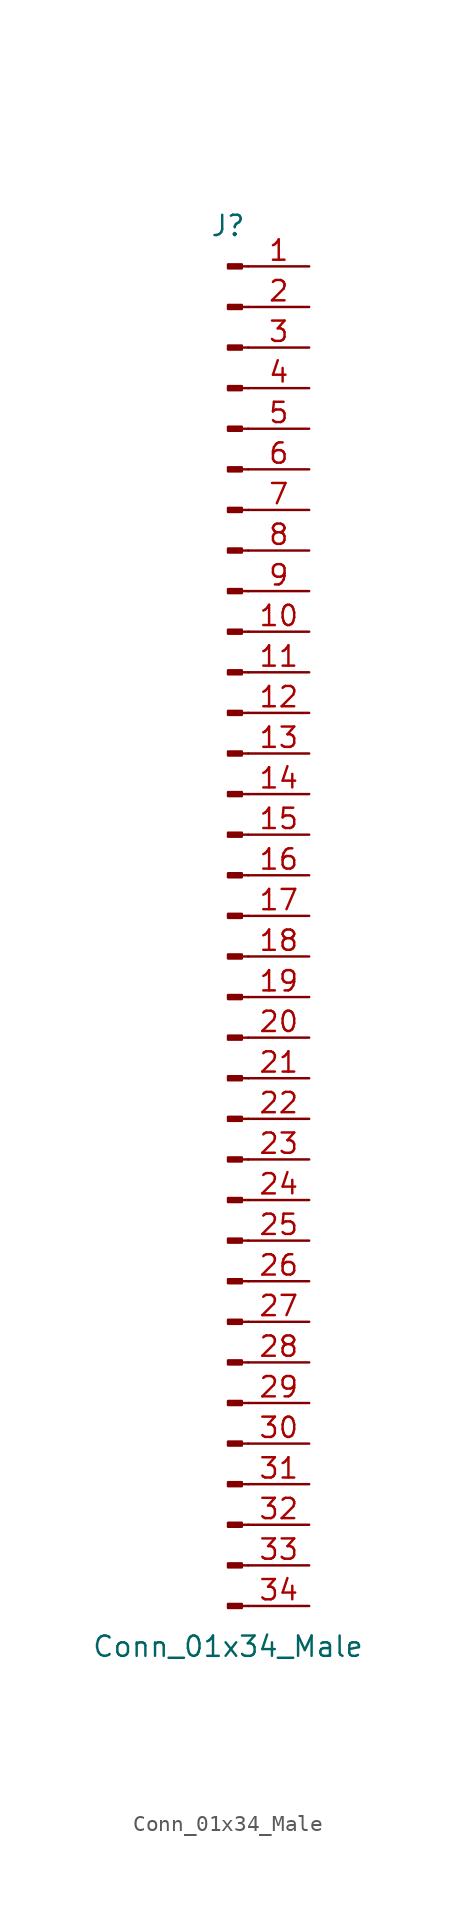
<source format=kicad_sym>
(kicad_symbol_lib
  (version 20211014)
  (generator kicad_symbol_editor)
  (symbol "Conn_01x34_Male"
    (pin_names
      (offset 1.016) hide)
    (property "Reference" "J"
      (at 0 43.18 0)
      (effects (font (size 1.27 1.27))))
    (property "Value" "Conn_01x34_Male"
      (at 0 -45.72 0)
      (effects (font (size 1.27 1.27))))
    (symbol "Conn_01x34_Male_1_1"
      (polyline (pts (xy 1.27 -43.18) (xy 0.864 -43.18)) (stroke (width 0.152) (type default) (color 0 0 0 0)) (fill (type none)))
      (polyline (pts (xy 1.27 -40.64) (xy 0.864 -40.64)) (stroke (width 0.152) (type default) (color 0 0 0 0)) (fill (type none)))
      (polyline (pts (xy 1.27 -38.1) (xy 0.864 -38.1)) (stroke (width 0.152) (type default) (color 0 0 0 0)) (fill (type none)))
      (polyline (pts (xy 1.27 -35.56) (xy 0.864 -35.56)) (stroke (width 0.152) (type default) (color 0 0 0 0)) (fill (type none)))
      (polyline (pts (xy 1.27 -33.02) (xy 0.864 -33.02)) (stroke (width 0.152) (type default) (color 0 0 0 0)) (fill (type none)))
      (polyline (pts (xy 1.27 -30.48) (xy 0.864 -30.48)) (stroke (width 0.152) (type default) (color 0 0 0 0)) (fill (type none)))
      (polyline (pts (xy 1.27 -27.94) (xy 0.864 -27.94)) (stroke (width 0.152) (type default) (color 0 0 0 0)) (fill (type none)))
      (polyline (pts (xy 1.27 -25.4) (xy 0.864 -25.4)) (stroke (width 0.152) (type default) (color 0 0 0 0)) (fill (type none)))
      (polyline (pts (xy 1.27 -22.86) (xy 0.864 -22.86)) (stroke (width 0.152) (type default) (color 0 0 0 0)) (fill (type none)))
      (polyline (pts (xy 1.27 -20.32) (xy 0.864 -20.32)) (stroke (width 0.152) (type default) (color 0 0 0 0)) (fill (type none)))
      (polyline (pts (xy 1.27 -17.78) (xy 0.864 -17.78)) (stroke (width 0.152) (type default) (color 0 0 0 0)) (fill (type none)))
      (polyline (pts (xy 1.27 -15.24) (xy 0.864 -15.24)) (stroke (width 0.152) (type default) (color 0 0 0 0)) (fill (type none)))
      (polyline (pts (xy 1.27 -12.7) (xy 0.864 -12.7)) (stroke (width 0.152) (type default) (color 0 0 0 0)) (fill (type none)))
      (polyline (pts (xy 1.27 -10.16) (xy 0.864 -10.16)) (stroke (width 0.152) (type default) (color 0 0 0 0)) (fill (type none)))
      (polyline (pts (xy 1.27 -7.62) (xy 0.864 -7.62)) (stroke (width 0.152) (type default) (color 0 0 0 0)) (fill (type none)))
      (polyline (pts (xy 1.27 -5.08) (xy 0.864 -5.08)) (stroke (width 0.152) (type default) (color 0 0 0 0)) (fill (type none)))
      (polyline (pts (xy 1.27 -2.54) (xy 0.864 -2.54)) (stroke (width 0.152) (type default) (color 0 0 0 0)) (fill (type none)))
      (polyline (pts (xy 1.27 0) (xy 0.864 0)) (stroke (width 0.152) (type default) (color 0 0 0 0)) (fill (type none)))
      (polyline (pts (xy 1.27 2.54) (xy 0.864 2.54)) (stroke (width 0.152) (type default) (color 0 0 0 0)) (fill (type none)))
      (polyline (pts (xy 1.27 5.08) (xy 0.864 5.08)) (stroke (width 0.152) (type default) (color 0 0 0 0)) (fill (type none)))
      (polyline (pts (xy 1.27 7.62) (xy 0.864 7.62)) (stroke (width 0.152) (type default) (color 0 0 0 0)) (fill (type none)))
      (polyline (pts (xy 1.27 10.16) (xy 0.864 10.16)) (stroke (width 0.152) (type default) (color 0 0 0 0)) (fill (type none)))
      (polyline (pts (xy 1.27 12.7) (xy 0.864 12.7)) (stroke (width 0.152) (type default) (color 0 0 0 0)) (fill (type none)))
      (polyline (pts (xy 1.27 15.24) (xy 0.864 15.24)) (stroke (width 0.152) (type default) (color 0 0 0 0)) (fill (type none)))
      (polyline (pts (xy 1.27 17.78) (xy 0.864 17.78)) (stroke (width 0.152) (type default) (color 0 0 0 0)) (fill (type none)))
      (polyline (pts (xy 1.27 20.32) (xy 0.864 20.32)) (stroke (width 0.152) (type default) (color 0 0 0 0)) (fill (type none)))
      (polyline (pts (xy 1.27 22.86) (xy 0.864 22.86)) (stroke (width 0.152) (type default) (color 0 0 0 0)) (fill (type none)))
      (polyline (pts (xy 1.27 25.4) (xy 0.864 25.4)) (stroke (width 0.152) (type default) (color 0 0 0 0)) (fill (type none)))
      (polyline (pts (xy 1.27 27.94) (xy 0.864 27.94)) (stroke (width 0.152) (type default) (color 0 0 0 0)) (fill (type none)))
      (polyline (pts (xy 1.27 30.48) (xy 0.864 30.48)) (stroke (width 0.152) (type default) (color 0 0 0 0)) (fill (type none)))
      (polyline (pts (xy 1.27 33.02) (xy 0.864 33.02)) (stroke (width 0.152) (type default) (color 0 0 0 0)) (fill (type none)))
      (polyline (pts (xy 1.27 35.56) (xy 0.864 35.56)) (stroke (width 0.152) (type default) (color 0 0 0 0)) (fill (type none)))
      (polyline (pts (xy 1.27 38.1) (xy 0.864 38.1)) (stroke (width 0.152) (type default) (color 0 0 0 0)) (fill (type none)))
      (polyline (pts (xy 1.27 40.64) (xy 0.864 40.64)) (stroke (width 0.152) (type default) (color 0 0 0 0)) (fill (type none)))
      (rectangle (start 0.864 -43.053) (end 0 -43.307) (stroke (width 0.152) (type default) (color 0 0 0 0)) (fill (type outline)))
      (rectangle (start 0.864 -40.513) (end 0 -40.767) (stroke (width 0.152) (type default) (color 0 0 0 0)) (fill (type outline)))
      (rectangle (start 0.864 -37.973) (end 0 -38.227) (stroke (width 0.152) (type default) (color 0 0 0 0)) (fill (type outline)))
      (rectangle (start 0.864 -35.433) (end 0 -35.687) (stroke (width 0.152) (type default) (color 0 0 0 0)) (fill (type outline)))
      (rectangle (start 0.864 -32.893) (end 0 -33.147) (stroke (width 0.152) (type default) (color 0 0 0 0)) (fill (type outline)))
      (rectangle (start 0.864 -30.353) (end 0 -30.607) (stroke (width 0.152) (type default) (color 0 0 0 0)) (fill (type outline)))
      (rectangle (start 0.864 -27.813) (end 0 -28.067) (stroke (width 0.152) (type default) (color 0 0 0 0)) (fill (type outline)))
      (rectangle (start 0.864 -25.273) (end 0 -25.527) (stroke (width 0.152) (type default) (color 0 0 0 0)) (fill (type outline)))
      (rectangle (start 0.864 -22.733) (end 0 -22.987) (stroke (width 0.152) (type default) (color 0 0 0 0)) (fill (type outline)))
      (rectangle (start 0.864 -20.193) (end 0 -20.447) (stroke (width 0.152) (type default) (color 0 0 0 0)) (fill (type outline)))
      (rectangle (start 0.864 -17.653) (end 0 -17.907) (stroke (width 0.152) (type default) (color 0 0 0 0)) (fill (type outline)))
      (rectangle (start 0.864 -15.113) (end 0 -15.367) (stroke (width 0.152) (type default) (color 0 0 0 0)) (fill (type outline)))
      (rectangle (start 0.864 -12.573) (end 0 -12.827) (stroke (width 0.152) (type default) (color 0 0 0 0)) (fill (type outline)))
      (rectangle (start 0.864 -10.033) (end 0 -10.287) (stroke (width 0.152) (type default) (color 0 0 0 0)) (fill (type outline)))
      (rectangle (start 0.864 -7.493) (end 0 -7.747) (stroke (width 0.152) (type default) (color 0 0 0 0)) (fill (type outline)))
      (rectangle (start 0.864 -4.953) (end 0 -5.207) (stroke (width 0.152) (type default) (color 0 0 0 0)) (fill (type outline)))
      (rectangle (start 0.864 -2.413) (end 0 -2.667) (stroke (width 0.152) (type default) (color 0 0 0 0)) (fill (type outline)))
      (rectangle (start 0.864 0.127) (end 0 -0.127) (stroke (width 0.152) (type default) (color 0 0 0 0)) (fill (type outline)))
      (rectangle (start 0.864 2.667) (end 0 2.413) (stroke (width 0.152) (type default) (color 0 0 0 0)) (fill (type outline)))
      (rectangle (start 0.864 5.207) (end 0 4.953) (stroke (width 0.152) (type default) (color 0 0 0 0)) (fill (type outline)))
      (rectangle (start 0.864 7.747) (end 0 7.493) (stroke (width 0.152) (type default) (color 0 0 0 0)) (fill (type outline)))
      (rectangle (start 0.864 10.287) (end 0 10.033) (stroke (width 0.152) (type default) (color 0 0 0 0)) (fill (type outline)))
      (rectangle (start 0.864 12.827) (end 0 12.573) (stroke (width 0.152) (type default) (color 0 0 0 0)) (fill (type outline)))
      (rectangle (start 0.864 15.367) (end 0 15.113) (stroke (width 0.152) (type default) (color 0 0 0 0)) (fill (type outline)))
      (rectangle (start 0.864 17.907) (end 0 17.653) (stroke (width 0.152) (type default) (color 0 0 0 0)) (fill (type outline)))
      (rectangle (start 0.864 20.447) (end 0 20.193) (stroke (width 0.152) (type default) (color 0 0 0 0)) (fill (type outline)))
      (rectangle (start 0.864 22.987) (end 0 22.733) (stroke (width 0.152) (type default) (color 0 0 0 0)) (fill (type outline)))
      (rectangle (start 0.864 25.527) (end 0 25.273) (stroke (width 0.152) (type default) (color 0 0 0 0)) (fill (type outline)))
      (rectangle (start 0.864 28.067) (end 0 27.813) (stroke (width 0.152) (type default) (color 0 0 0 0)) (fill (type outline)))
      (rectangle (start 0.864 30.607) (end 0 30.353) (stroke (width 0.152) (type default) (color 0 0 0 0)) (fill (type outline)))
      (rectangle (start 0.864 33.147) (end 0 32.893) (stroke (width 0.152) (type default) (color 0 0 0 0)) (fill (type outline)))
      (rectangle (start 0.864 35.687) (end 0 35.433) (stroke (width 0.152) (type default) (color 0 0 0 0)) (fill (type outline)))
      (rectangle (start 0.864 38.227) (end 0 37.973) (stroke (width 0.152) (type default) (color 0 0 0 0)) (fill (type outline)))
      (rectangle (start 0.864 40.767) (end 0 40.513) (stroke (width 0.152) (type default) (color 0 0 0 0)) (fill (type outline)))
      (pin passive line (at 5.08 40.64 180) (length 3.81) (name "Pin_1" (effects (font (size 1.27 1.27)))) (number "1" (effects (font (size 1.27 1.27)))))
      (pin passive line (at 5.08 17.78 180) (length 3.81) (name "Pin_10" (effects (font (size 1.27 1.27)))) (number "10" (effects (font (size 1.27 1.27)))))
      (pin passive line (at 5.08 15.24 180) (length 3.81) (name "Pin_11" (effects (font (size 1.27 1.27)))) (number "11" (effects (font (size 1.27 1.27)))))
      (pin passive line (at 5.08 12.7 180) (length 3.81) (name "Pin_12" (effects (font (size 1.27 1.27)))) (number "12" (effects (font (size 1.27 1.27)))))
      (pin passive line (at 5.08 10.16 180) (length 3.81) (name "Pin_13" (effects (font (size 1.27 1.27)))) (number "13" (effects (font (size 1.27 1.27)))))
      (pin passive line (at 5.08 7.62 180) (length 3.81) (name "Pin_14" (effects (font (size 1.27 1.27)))) (number "14" (effects (font (size 1.27 1.27)))))
      (pin passive line (at 5.08 5.08 180) (length 3.81) (name "Pin_15" (effects (font (size 1.27 1.27)))) (number "15" (effects (font (size 1.27 1.27)))))
      (pin passive line (at 5.08 2.54 180) (length 3.81) (name "Pin_16" (effects (font (size 1.27 1.27)))) (number "16" (effects (font (size 1.27 1.27)))))
      (pin passive line (at 5.08 0 180) (length 3.81) (name "Pin_17" (effects (font (size 1.27 1.27)))) (number "17" (effects (font (size 1.27 1.27)))))
      (pin passive line (at 5.08 -2.54 180) (length 3.81) (name "Pin_18" (effects (font (size 1.27 1.27)))) (number "18" (effects (font (size 1.27 1.27)))))
      (pin passive line (at 5.08 -5.08 180) (length 3.81) (name "Pin_19" (effects (font (size 1.27 1.27)))) (number "19" (effects (font (size 1.27 1.27)))))
      (pin passive line (at 5.08 38.1 180) (length 3.81) (name "Pin_2" (effects (font (size 1.27 1.27)))) (number "2" (effects (font (size 1.27 1.27)))))
      (pin passive line (at 5.08 -7.62 180) (length 3.81) (name "Pin_20" (effects (font (size 1.27 1.27)))) (number "20" (effects (font (size 1.27 1.27)))))
      (pin passive line (at 5.08 -10.16 180) (length 3.81) (name "Pin_21" (effects (font (size 1.27 1.27)))) (number "21" (effects (font (size 1.27 1.27)))))
      (pin passive line (at 5.08 -12.7 180) (length 3.81) (name "Pin_22" (effects (font (size 1.27 1.27)))) (number "22" (effects (font (size 1.27 1.27)))))
      (pin passive line (at 5.08 -15.24 180) (length 3.81) (name "Pin_23" (effects (font (size 1.27 1.27)))) (number "23" (effects (font (size 1.27 1.27)))))
      (pin passive line (at 5.08 -17.78 180) (length 3.81) (name "Pin_24" (effects (font (size 1.27 1.27)))) (number "24" (effects (font (size 1.27 1.27)))))
      (pin passive line (at 5.08 -20.32 180) (length 3.81) (name "Pin_25" (effects (font (size 1.27 1.27)))) (number "25" (effects (font (size 1.27 1.27)))))
      (pin passive line (at 5.08 -22.86 180) (length 3.81) (name "Pin_26" (effects (font (size 1.27 1.27)))) (number "26" (effects (font (size 1.27 1.27)))))
      (pin passive line (at 5.08 -25.4 180) (length 3.81) (name "Pin_27" (effects (font (size 1.27 1.27)))) (number "27" (effects (font (size 1.27 1.27)))))
      (pin passive line (at 5.08 -27.94 180) (length 3.81) (name "Pin_28" (effects (font (size 1.27 1.27)))) (number "28" (effects (font (size 1.27 1.27)))))
      (pin passive line (at 5.08 -30.48 180) (length 3.81) (name "Pin_29" (effects (font (size 1.27 1.27)))) (number "29" (effects (font (size 1.27 1.27)))))
      (pin passive line (at 5.08 35.56 180) (length 3.81) (name "Pin_3" (effects (font (size 1.27 1.27)))) (number "3" (effects (font (size 1.27 1.27)))))
      (pin passive line (at 5.08 -33.02 180) (length 3.81) (name "Pin_30" (effects (font (size 1.27 1.27)))) (number "30" (effects (font (size 1.27 1.27)))))
      (pin passive line (at 5.08 -35.56 180) (length 3.81) (name "Pin_31" (effects (font (size 1.27 1.27)))) (number "31" (effects (font (size 1.27 1.27)))))
      (pin passive line (at 5.08 -38.1 180) (length 3.81) (name "Pin_32" (effects (font (size 1.27 1.27)))) (number "32" (effects (font (size 1.27 1.27)))))
      (pin passive line (at 5.08 -40.64 180) (length 3.81) (name "Pin_33" (effects (font (size 1.27 1.27)))) (number "33" (effects (font (size 1.27 1.27)))))
      (pin passive line (at 5.08 -43.18 180) (length 3.81) (name "Pin_34" (effects (font (size 1.27 1.27)))) (number "34" (effects (font (size 1.27 1.27)))))
      (pin passive line (at 5.08 33.02 180) (length 3.81) (name "Pin_4" (effects (font (size 1.27 1.27)))) (number "4" (effects (font (size 1.27 1.27)))))
      (pin passive line (at 5.08 30.48 180) (length 3.81) (name "Pin_5" (effects (font (size 1.27 1.27)))) (number "5" (effects (font (size 1.27 1.27)))))
      (pin passive line (at 5.08 27.94 180) (length 3.81) (name "Pin_6" (effects (font (size 1.27 1.27)))) (number "6" (effects (font (size 1.27 1.27)))))
      (pin passive line (at 5.08 25.4 180) (length 3.81) (name "Pin_7" (effects (font (size 1.27 1.27)))) (number "7" (effects (font (size 1.27 1.27)))))
      (pin passive line (at 5.08 22.86 180) (length 3.81) (name "Pin_8" (effects (font (size 1.27 1.27)))) (number "8" (effects (font (size 1.27 1.27)))))
      (pin passive line (at 5.08 20.32 180) (length 3.81) (name "Pin_9" (effects (font (size 1.27 1.27)))) (number "9" (effects (font (size 1.27 1.27))))))))
</source>
